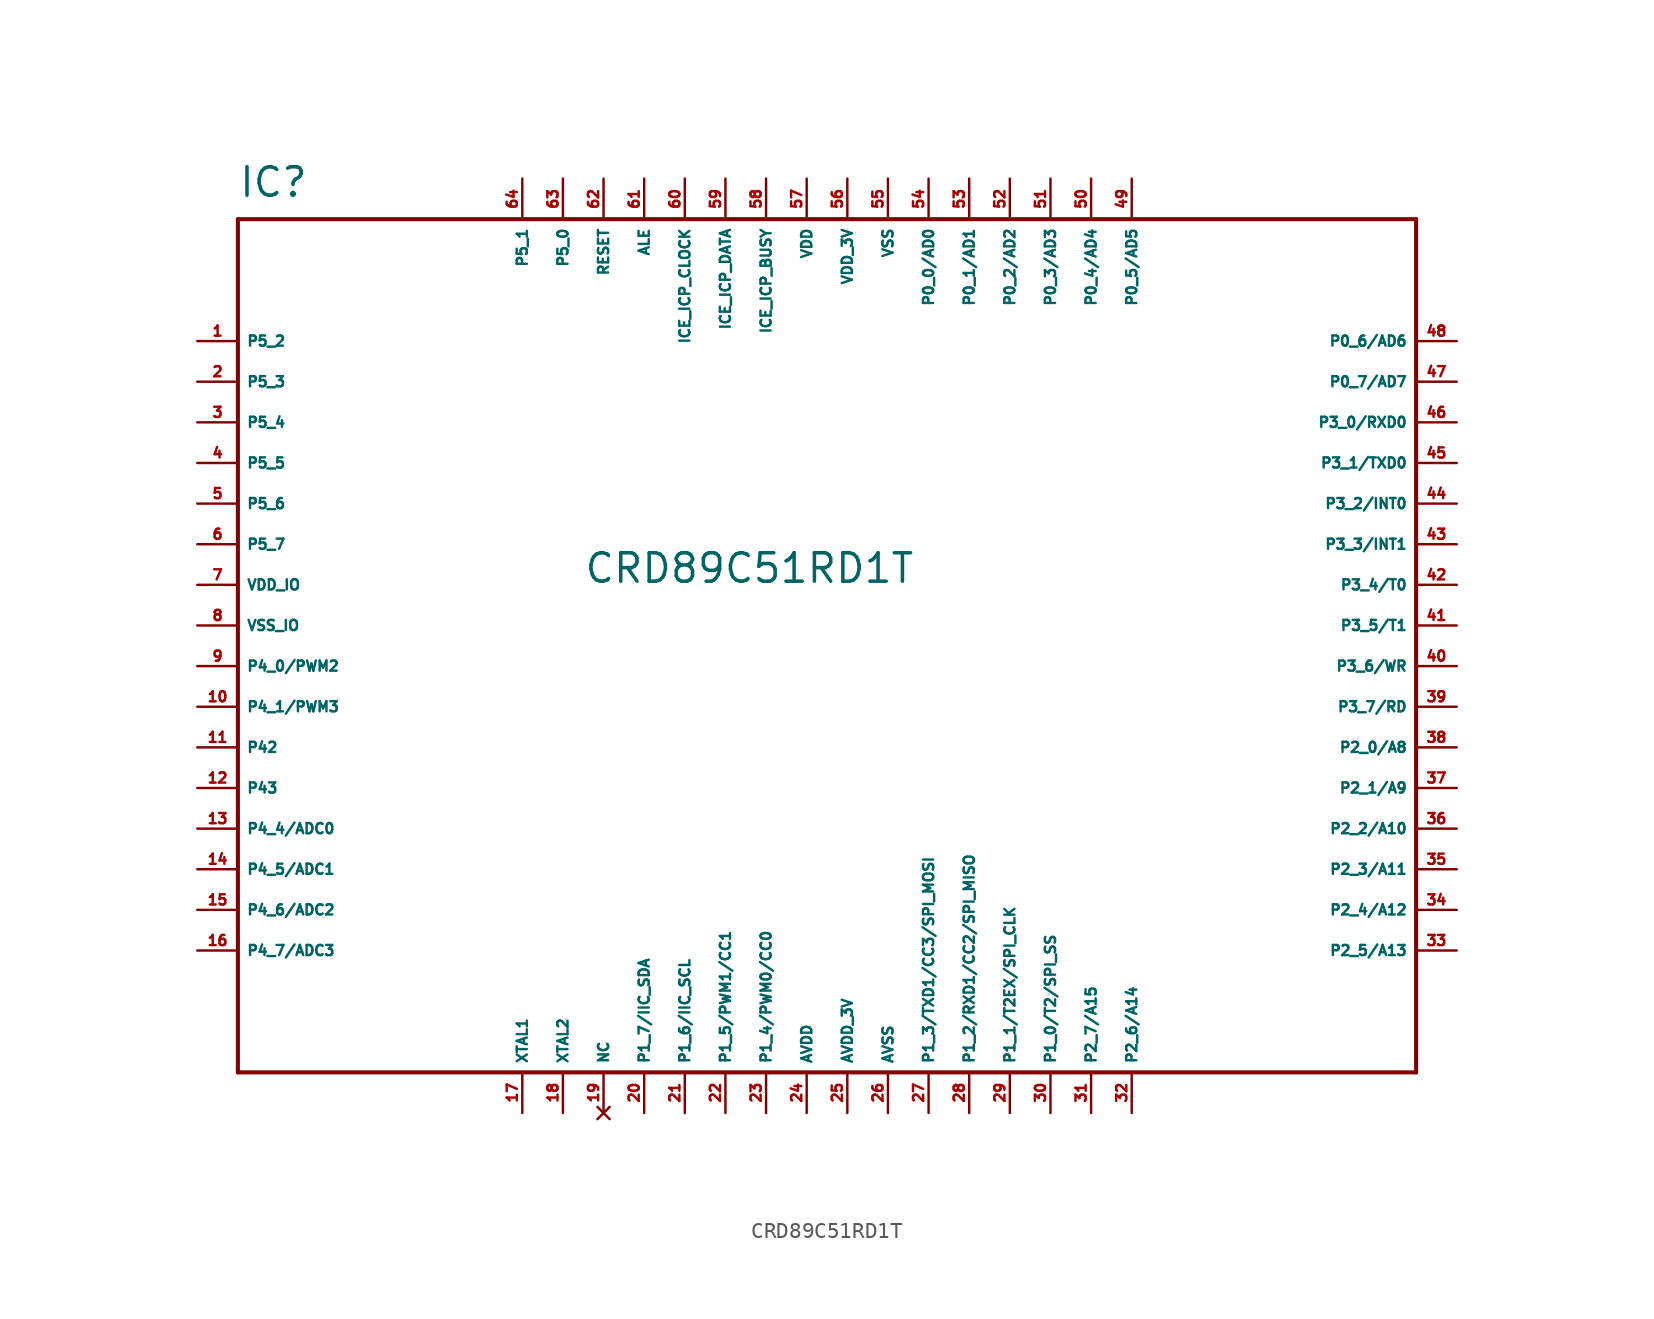
<source format=kicad_sym>
(kicad_symbol_lib
  (version 20220914)
  (generator Eagle2Kicad)
  (symbol "CRD89C51RD1T"
    (property "Reference" "IC"
      (at -38.1 26.67 0)
      (effects (font (size 1.778 1.778) (thickness 0.22)) (justify left bottom)))
    (property "Value" "CRD89C51RD1T"
      (at -16.51 2.54 0)
      (effects (font (size 1.778 1.778) (thickness 0.22)) (justify left bottom)))
    (polyline
      (pts (xy -38.1 -27.94) (xy 35.56 -27.94))
      (stroke (width 0.254) (type default))
      (fill (type none)))
    (polyline
      (pts (xy 35.56 -27.94) (xy 35.56 25.4))
      (stroke (width 0.254) (type default))
      (fill (type none)))
    (polyline
      (pts (xy 35.56 25.4) (xy -38.1 25.4))
      (stroke (width 0.254) (type default))
      (fill (type none)))
    (polyline
      (pts (xy -38.1 25.4) (xy -38.1 -27.94))
      (stroke (width 0.254) (type default))
      (fill (type none)))
    (pin bidirectional line
      (at -40.64 17.78 0)
      (length 2.54)
      (name "P5_2" (effects (font (size 0.635 0.635) (thickness 0.08)) (justify left bottom)))
      (number "1" (effects (font (size 0.635 0.635) (thickness 0.08)) (justify left bottom))))
    (pin bidirectional line
      (at -40.64 15.24 0)
      (length 2.54)
      (name "P5_3" (effects (font (size 0.635 0.635) (thickness 0.08)) (justify left bottom)))
      (number "2" (effects (font (size 0.635 0.635) (thickness 0.08)) (justify left bottom))))
    (pin bidirectional line
      (at -40.64 12.7 0)
      (length 2.54)
      (name "P5_4" (effects (font (size 0.635 0.635) (thickness 0.08)) (justify left bottom)))
      (number "3" (effects (font (size 0.635 0.635) (thickness 0.08)) (justify left bottom))))
    (pin bidirectional line
      (at -40.64 10.16 0)
      (length 2.54)
      (name "P5_5" (effects (font (size 0.635 0.635) (thickness 0.08)) (justify left bottom)))
      (number "4" (effects (font (size 0.635 0.635) (thickness 0.08)) (justify left bottom))))
    (pin bidirectional line
      (at -40.64 7.62 0)
      (length 2.54)
      (name "P5_6" (effects (font (size 0.635 0.635) (thickness 0.08)) (justify left bottom)))
      (number "5" (effects (font (size 0.635 0.635) (thickness 0.08)) (justify left bottom))))
    (pin bidirectional line
      (at -40.64 5.08 0)
      (length 2.54)
      (name "P5_7" (effects (font (size 0.635 0.635) (thickness 0.08)) (justify left bottom)))
      (number "6" (effects (font (size 0.635 0.635) (thickness 0.08)) (justify left bottom))))
    (pin unspecified line
      (at -40.64 2.54 0)
      (length 2.54)
      (name "VDD_IO" (effects (font (size 0.635 0.635) (thickness 0.08)) (justify left bottom)))
      (number "7" (effects (font (size 0.635 0.635) (thickness 0.08)) (justify left bottom))))
    (pin unspecified line
      (at -40.64 0 0)
      (length 2.54)
      (name "VSS_IO" (effects (font (size 0.635 0.635) (thickness 0.08)) (justify left bottom)))
      (number "8" (effects (font (size 0.635 0.635) (thickness 0.08)) (justify left bottom))))
    (pin bidirectional line
      (at -40.64 -2.54 0)
      (length 2.54)
      (name "P4_0/PWM2" (effects (font (size 0.635 0.635) (thickness 0.08)) (justify left bottom)))
      (number "9" (effects (font (size 0.635 0.635) (thickness 0.08)) (justify left bottom))))
    (pin bidirectional line
      (at -40.64 -5.08 0)
      (length 2.54)
      (name "P4_1/PWM3" (effects (font (size 0.635 0.635) (thickness 0.08)) (justify left bottom)))
      (number "10" (effects (font (size 0.635 0.635) (thickness 0.08)) (justify left bottom))))
    (pin bidirectional line
      (at -40.64 -7.62 0)
      (length 2.54)
      (name "P42" (effects (font (size 0.635 0.635) (thickness 0.08)) (justify left bottom)))
      (number "11" (effects (font (size 0.635 0.635) (thickness 0.08)) (justify left bottom))))
    (pin bidirectional line
      (at -40.64 -10.16 0)
      (length 2.54)
      (name "P43" (effects (font (size 0.635 0.635) (thickness 0.08)) (justify left bottom)))
      (number "12" (effects (font (size 0.635 0.635) (thickness 0.08)) (justify left bottom))))
    (pin bidirectional line
      (at -40.64 -12.7 0)
      (length 2.54)
      (name "P4_4/ADC0" (effects (font (size 0.635 0.635) (thickness 0.08)) (justify left bottom)))
      (number "13" (effects (font (size 0.635 0.635) (thickness 0.08)) (justify left bottom))))
    (pin bidirectional line
      (at -40.64 -15.24 0)
      (length 2.54)
      (name "P4_5/ADC1" (effects (font (size 0.635 0.635) (thickness 0.08)) (justify left bottom)))
      (number "14" (effects (font (size 0.635 0.635) (thickness 0.08)) (justify left bottom))))
    (pin bidirectional line
      (at -40.64 -17.78 0)
      (length 2.54)
      (name "P4_6/ADC2" (effects (font (size 0.635 0.635) (thickness 0.08)) (justify left bottom)))
      (number "15" (effects (font (size 0.635 0.635) (thickness 0.08)) (justify left bottom))))
    (pin bidirectional line
      (at -40.64 -20.32 0)
      (length 2.54)
      (name "P4_7/ADC3" (effects (font (size 0.635 0.635) (thickness 0.08)) (justify left bottom)))
      (number "16" (effects (font (size 0.635 0.635) (thickness 0.08)) (justify left bottom))))
    (pin input line
      (at -20.32 -30.48 90)
      (length 2.54)
      (name "XTAL1" (effects (font (size 0.635 0.635) (thickness 0.08)) (justify left bottom)))
      (number "17" (effects (font (size 0.635 0.635) (thickness 0.08)) (justify left bottom))))
    (pin output line
      (at -17.78 -30.48 90)
      (length 2.54)
      (name "XTAL2" (effects (font (size 0.635 0.635) (thickness 0.08)) (justify left bottom)))
      (number "18" (effects (font (size 0.635 0.635) (thickness 0.08)) (justify left bottom))))
    (pin no_connect line
      (at -15.24 -30.48 90)
      (length 2.54)
      (name "NC" (effects (font (size 0.635 0.635) (thickness 0.08)) (justify left bottom) hide))
      (number "19" (effects (font (size 0.635 0.635) (thickness 0.08)) (justify left bottom) hide)))
    (pin bidirectional line
      (at -12.7 -30.48 90)
      (length 2.54)
      (name "P1_7/IIC_SDA" (effects (font (size 0.635 0.635) (thickness 0.08)) (justify left bottom)))
      (number "20" (effects (font (size 0.635 0.635) (thickness 0.08)) (justify left bottom))))
    (pin bidirectional line
      (at -10.16 -30.48 90)
      (length 2.54)
      (name "P1_6/IIC_SCL" (effects (font (size 0.635 0.635) (thickness 0.08)) (justify left bottom)))
      (number "21" (effects (font (size 0.635 0.635) (thickness 0.08)) (justify left bottom))))
    (pin bidirectional line
      (at -7.62 -30.48 90)
      (length 2.54)
      (name "P1_5/PWM1/CC1" (effects (font (size 0.635 0.635) (thickness 0.08)) (justify left bottom)))
      (number "22" (effects (font (size 0.635 0.635) (thickness 0.08)) (justify left bottom))))
    (pin bidirectional line
      (at -5.08 -30.48 90)
      (length 2.54)
      (name "P1_4/PWM0/CC0" (effects (font (size 0.635 0.635) (thickness 0.08)) (justify left bottom)))
      (number "23" (effects (font (size 0.635 0.635) (thickness 0.08)) (justify left bottom))))
    (pin unspecified line
      (at -2.54 -30.48 90)
      (length 2.54)
      (name "AVDD" (effects (font (size 0.635 0.635) (thickness 0.08)) (justify left bottom)))
      (number "24" (effects (font (size 0.635 0.635) (thickness 0.08)) (justify left bottom))))
    (pin unspecified line
      (at 0 -30.48 90)
      (length 2.54)
      (name "AVDD_3V" (effects (font (size 0.635 0.635) (thickness 0.08)) (justify left bottom)))
      (number "25" (effects (font (size 0.635 0.635) (thickness 0.08)) (justify left bottom))))
    (pin unspecified line
      (at 2.54 -30.48 90)
      (length 2.54)
      (name "AVSS" (effects (font (size 0.635 0.635) (thickness 0.08)) (justify left bottom)))
      (number "26" (effects (font (size 0.635 0.635) (thickness 0.08)) (justify left bottom))))
    (pin bidirectional line
      (at 5.08 -30.48 90)
      (length 2.54)
      (name "P1_3/TXD1/CC3/SPI_MOSI" (effects (font (size 0.635 0.635) (thickness 0.08)) (justify left bottom)))
      (number "27" (effects (font (size 0.635 0.635) (thickness 0.08)) (justify left bottom))))
    (pin bidirectional line
      (at 7.62 -30.48 90)
      (length 2.54)
      (name "P1_2/RXD1/CC2/SPI_MISO" (effects (font (size 0.635 0.635) (thickness 0.08)) (justify left bottom)))
      (number "28" (effects (font (size 0.635 0.635) (thickness 0.08)) (justify left bottom))))
    (pin bidirectional line
      (at 10.16 -30.48 90)
      (length 2.54)
      (name "P1_1/T2EX/SPI_CLK" (effects (font (size 0.635 0.635) (thickness 0.08)) (justify left bottom)))
      (number "29" (effects (font (size 0.635 0.635) (thickness 0.08)) (justify left bottom))))
    (pin bidirectional line
      (at 12.7 -30.48 90)
      (length 2.54)
      (name "P1_0/T2/SPI_SS" (effects (font (size 0.635 0.635) (thickness 0.08)) (justify left bottom)))
      (number "30" (effects (font (size 0.635 0.635) (thickness 0.08)) (justify left bottom))))
    (pin bidirectional line
      (at 15.24 -30.48 90)
      (length 2.54)
      (name "P2_7/A15" (effects (font (size 0.635 0.635) (thickness 0.08)) (justify left bottom)))
      (number "31" (effects (font (size 0.635 0.635) (thickness 0.08)) (justify left bottom))))
    (pin bidirectional line
      (at 17.78 -30.48 90)
      (length 2.54)
      (name "P2_6/A14" (effects (font (size 0.635 0.635) (thickness 0.08)) (justify left bottom)))
      (number "32" (effects (font (size 0.635 0.635) (thickness 0.08)) (justify left bottom))))
    (pin bidirectional line
      (at 38.1 -20.32 180)
      (length 2.54)
      (name "P2_5/A13" (effects (font (size 0.635 0.635) (thickness 0.08)) (justify left bottom)))
      (number "33" (effects (font (size 0.635 0.635) (thickness 0.08)) (justify left bottom))))
    (pin bidirectional line
      (at 38.1 -17.78 180)
      (length 2.54)
      (name "P2_4/A12" (effects (font (size 0.635 0.635) (thickness 0.08)) (justify left bottom)))
      (number "34" (effects (font (size 0.635 0.635) (thickness 0.08)) (justify left bottom))))
    (pin bidirectional line
      (at 38.1 -15.24 180)
      (length 2.54)
      (name "P2_3/A11" (effects (font (size 0.635 0.635) (thickness 0.08)) (justify left bottom)))
      (number "35" (effects (font (size 0.635 0.635) (thickness 0.08)) (justify left bottom))))
    (pin bidirectional line
      (at 38.1 -12.7 180)
      (length 2.54)
      (name "P2_2/A10" (effects (font (size 0.635 0.635) (thickness 0.08)) (justify left bottom)))
      (number "36" (effects (font (size 0.635 0.635) (thickness 0.08)) (justify left bottom))))
    (pin bidirectional line
      (at 38.1 -10.16 180)
      (length 2.54)
      (name "P2_1/A9" (effects (font (size 0.635 0.635) (thickness 0.08)) (justify left bottom)))
      (number "37" (effects (font (size 0.635 0.635) (thickness 0.08)) (justify left bottom))))
    (pin bidirectional line
      (at 38.1 -7.62 180)
      (length 2.54)
      (name "P2_0/A8" (effects (font (size 0.635 0.635) (thickness 0.08)) (justify left bottom)))
      (number "38" (effects (font (size 0.635 0.635) (thickness 0.08)) (justify left bottom))))
    (pin bidirectional line
      (at 38.1 -5.08 180)
      (length 2.54)
      (name "P3_7/RD" (effects (font (size 0.635 0.635) (thickness 0.08)) (justify left bottom)))
      (number "39" (effects (font (size 0.635 0.635) (thickness 0.08)) (justify left bottom))))
    (pin bidirectional line
      (at 38.1 -2.54 180)
      (length 2.54)
      (name "P3_6/WR" (effects (font (size 0.635 0.635) (thickness 0.08)) (justify left bottom)))
      (number "40" (effects (font (size 0.635 0.635) (thickness 0.08)) (justify left bottom))))
    (pin bidirectional line
      (at 38.1 0 180)
      (length 2.54)
      (name "P3_5/T1" (effects (font (size 0.635 0.635) (thickness 0.08)) (justify left bottom)))
      (number "41" (effects (font (size 0.635 0.635) (thickness 0.08)) (justify left bottom))))
    (pin bidirectional line
      (at 38.1 2.54 180)
      (length 2.54)
      (name "P3_4/T0" (effects (font (size 0.635 0.635) (thickness 0.08)) (justify left bottom)))
      (number "42" (effects (font (size 0.635 0.635) (thickness 0.08)) (justify left bottom))))
    (pin bidirectional line
      (at 38.1 5.08 180)
      (length 2.54)
      (name "P3_3/INT1" (effects (font (size 0.635 0.635) (thickness 0.08)) (justify left bottom)))
      (number "43" (effects (font (size 0.635 0.635) (thickness 0.08)) (justify left bottom))))
    (pin bidirectional line
      (at 38.1 7.62 180)
      (length 2.54)
      (name "P3_2/INT0" (effects (font (size 0.635 0.635) (thickness 0.08)) (justify left bottom)))
      (number "44" (effects (font (size 0.635 0.635) (thickness 0.08)) (justify left bottom))))
    (pin bidirectional line
      (at 38.1 10.16 180)
      (length 2.54)
      (name "P3_1/TXD0" (effects (font (size 0.635 0.635) (thickness 0.08)) (justify left bottom)))
      (number "45" (effects (font (size 0.635 0.635) (thickness 0.08)) (justify left bottom))))
    (pin bidirectional line
      (at 38.1 12.7 180)
      (length 2.54)
      (name "P3_0/RXD0" (effects (font (size 0.635 0.635) (thickness 0.08)) (justify left bottom)))
      (number "46" (effects (font (size 0.635 0.635) (thickness 0.08)) (justify left bottom))))
    (pin bidirectional line
      (at 38.1 15.24 180)
      (length 2.54)
      (name "P0_7/AD7" (effects (font (size 0.635 0.635) (thickness 0.08)) (justify left bottom)))
      (number "47" (effects (font (size 0.635 0.635) (thickness 0.08)) (justify left bottom))))
    (pin bidirectional line
      (at 38.1 17.78 180)
      (length 2.54)
      (name "P0_6/AD6" (effects (font (size 0.635 0.635) (thickness 0.08)) (justify left bottom)))
      (number "48" (effects (font (size 0.635 0.635) (thickness 0.08)) (justify left bottom))))
    (pin bidirectional line
      (at 17.78 27.94 270)
      (length 2.54)
      (name "P0_5/AD5" (effects (font (size 0.635 0.635) (thickness 0.08)) (justify left bottom)))
      (number "49" (effects (font (size 0.635 0.635) (thickness 0.08)) (justify left bottom))))
    (pin bidirectional line
      (at 15.24 27.94 270)
      (length 2.54)
      (name "P0_4/AD4" (effects (font (size 0.635 0.635) (thickness 0.08)) (justify left bottom)))
      (number "50" (effects (font (size 0.635 0.635) (thickness 0.08)) (justify left bottom))))
    (pin bidirectional line
      (at 12.7 27.94 270)
      (length 2.54)
      (name "P0_3/AD3" (effects (font (size 0.635 0.635) (thickness 0.08)) (justify left bottom)))
      (number "51" (effects (font (size 0.635 0.635) (thickness 0.08)) (justify left bottom))))
    (pin bidirectional line
      (at 10.16 27.94 270)
      (length 2.54)
      (name "P0_2/AD2" (effects (font (size 0.635 0.635) (thickness 0.08)) (justify left bottom)))
      (number "52" (effects (font (size 0.635 0.635) (thickness 0.08)) (justify left bottom))))
    (pin bidirectional line
      (at 7.62 27.94 270)
      (length 2.54)
      (name "P0_1/AD1" (effects (font (size 0.635 0.635) (thickness 0.08)) (justify left bottom)))
      (number "53" (effects (font (size 0.635 0.635) (thickness 0.08)) (justify left bottom))))
    (pin bidirectional line
      (at 5.08 27.94 270)
      (length 2.54)
      (name "P0_0/AD0" (effects (font (size 0.635 0.635) (thickness 0.08)) (justify left bottom)))
      (number "54" (effects (font (size 0.635 0.635) (thickness 0.08)) (justify left bottom))))
    (pin unspecified line
      (at 2.54 27.94 270)
      (length 2.54)
      (name "VSS" (effects (font (size 0.635 0.635) (thickness 0.08)) (justify left bottom)))
      (number "55" (effects (font (size 0.635 0.635) (thickness 0.08)) (justify left bottom))))
    (pin unspecified line
      (at 0 27.94 270)
      (length 2.54)
      (name "VDD_3V" (effects (font (size 0.635 0.635) (thickness 0.08)) (justify left bottom)))
      (number "56" (effects (font (size 0.635 0.635) (thickness 0.08)) (justify left bottom))))
    (pin unspecified line
      (at -2.54 27.94 270)
      (length 2.54)
      (name "VDD" (effects (font (size 0.635 0.635) (thickness 0.08)) (justify left bottom)))
      (number "57" (effects (font (size 0.635 0.635) (thickness 0.08)) (justify left bottom))))
    (pin output line
      (at -5.08 27.94 270)
      (length 2.54)
      (name "ICE_ICP_BUSY" (effects (font (size 0.635 0.635) (thickness 0.08)) (justify left bottom)))
      (number "58" (effects (font (size 0.635 0.635) (thickness 0.08)) (justify left bottom))))
    (pin bidirectional line
      (at -7.62 27.94 270)
      (length 2.54)
      (name "ICE_ICP_DATA" (effects (font (size 0.635 0.635) (thickness 0.08)) (justify left bottom)))
      (number "59" (effects (font (size 0.635 0.635) (thickness 0.08)) (justify left bottom))))
    (pin bidirectional line
      (at -10.16 27.94 270)
      (length 2.54)
      (name "ICE_ICP_CLOCK" (effects (font (size 0.635 0.635) (thickness 0.08)) (justify left bottom)))
      (number "60" (effects (font (size 0.635 0.635) (thickness 0.08)) (justify left bottom))))
    (pin output line
      (at -12.7 27.94 270)
      (length 2.54)
      (name "ALE" (effects (font (size 0.635 0.635) (thickness 0.08)) (justify left bottom)))
      (number "61" (effects (font (size 0.635 0.635) (thickness 0.08)) (justify left bottom))))
    (pin input line
      (at -15.24 27.94 270)
      (length 2.54)
      (name "RESET" (effects (font (size 0.635 0.635) (thickness 0.08)) (justify left bottom)))
      (number "62" (effects (font (size 0.635 0.635) (thickness 0.08)) (justify left bottom))))
    (pin bidirectional line
      (at -17.78 27.94 270)
      (length 2.54)
      (name "P5_0" (effects (font (size 0.635 0.635) (thickness 0.08)) (justify left bottom)))
      (number "63" (effects (font (size 0.635 0.635) (thickness 0.08)) (justify left bottom))))
    (pin bidirectional line
      (at -20.32 27.94 270)
      (length 2.54)
      (name "P5_1" (effects (font (size 0.635 0.635) (thickness 0.08)) (justify left bottom)))
      (number "64" (effects (font (size 0.635 0.635) (thickness 0.08)) (justify left bottom))))))
</source>
